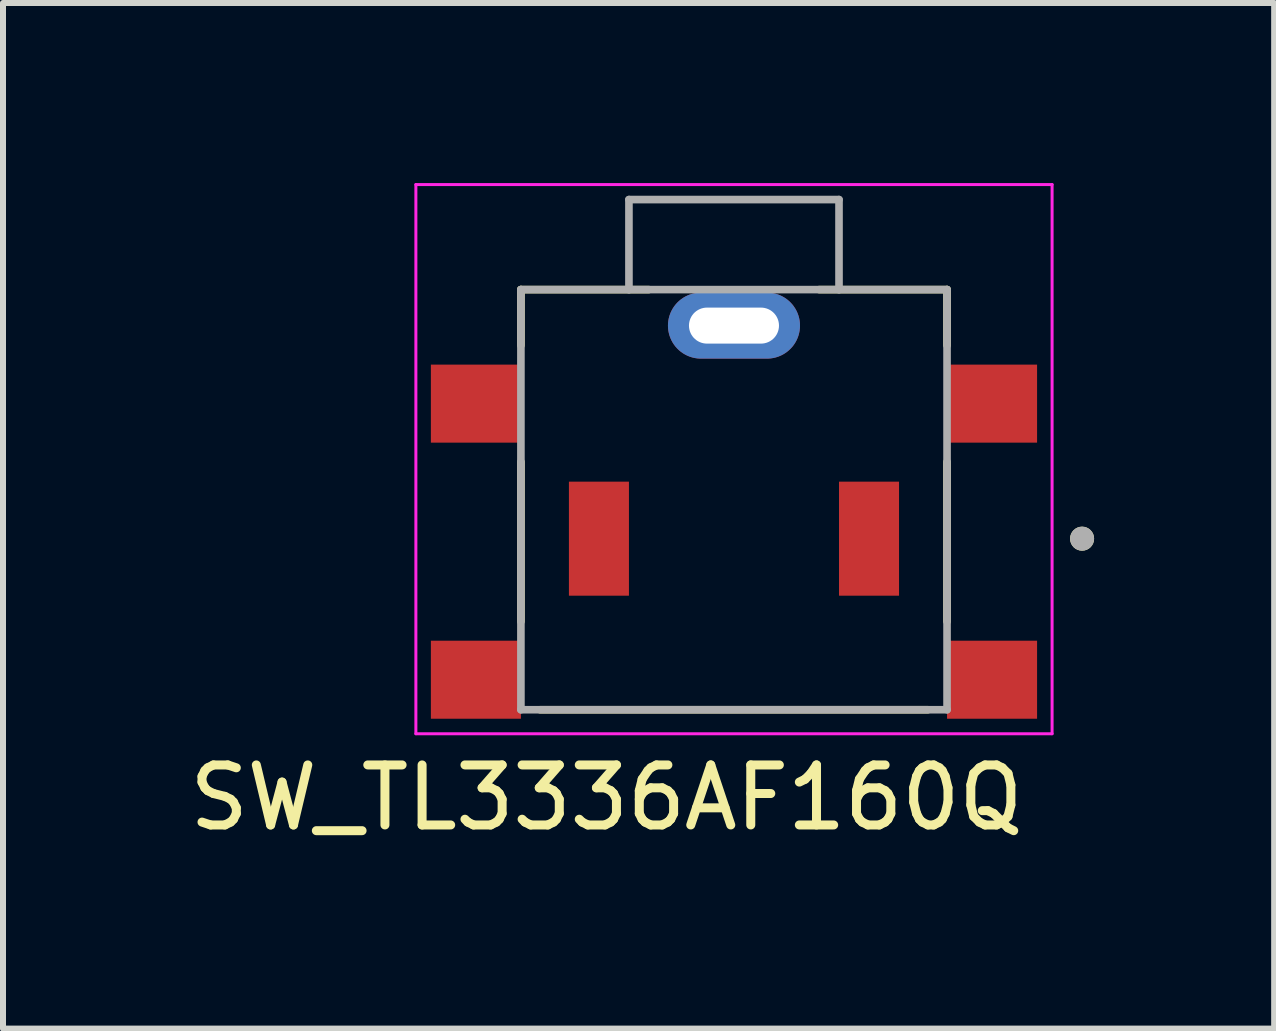
<source format=kicad_pcb>
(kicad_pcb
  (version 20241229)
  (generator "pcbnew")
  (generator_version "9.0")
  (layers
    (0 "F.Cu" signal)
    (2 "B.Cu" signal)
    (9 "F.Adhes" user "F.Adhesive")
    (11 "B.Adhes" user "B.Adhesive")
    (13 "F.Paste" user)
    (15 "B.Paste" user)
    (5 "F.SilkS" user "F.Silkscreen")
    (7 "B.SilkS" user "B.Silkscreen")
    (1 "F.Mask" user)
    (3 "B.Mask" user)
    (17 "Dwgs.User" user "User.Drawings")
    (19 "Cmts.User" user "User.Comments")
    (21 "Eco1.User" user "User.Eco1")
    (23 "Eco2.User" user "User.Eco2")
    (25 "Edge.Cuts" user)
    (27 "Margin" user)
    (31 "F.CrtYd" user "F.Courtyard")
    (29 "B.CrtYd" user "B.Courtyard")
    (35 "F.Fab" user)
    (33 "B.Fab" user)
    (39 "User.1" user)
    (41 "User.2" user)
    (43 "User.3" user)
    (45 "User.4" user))
  (footprint "SW_TL3336AF160Q"
    (layer "F.Cu")
    (at 9.179 2.375)
    (property "Reference" "SW_TL3336AF160Q" (at -2.125 7.865 0) (layer "F.SilkS") (effects (font (size 1 1) (thickness 0.15))))
    (attr smd)
    (fp_line (start -3.55 -0.6) (end -3.55 0.33) (stroke (width 0.127) (type solid)) (layer "F.SilkS"))
    (fp_line (start -3.55 2.27) (end -3.55 4.93) (stroke (width 0.127) (type solid)) (layer "F.SilkS"))
    (fp_line (start -3.23 6.4) (end 3.23 6.4) (stroke (width 0.127) (type solid)) (layer "F.SilkS"))
    (fp_line (start -1.42 -0.6) (end -3.55 -0.6) (stroke (width 0.127) (type solid)) (layer "F.SilkS"))
    (fp_line (start 3.55 -0.6) (end 1.42 -0.6) (stroke (width 0.127) (type solid)) (layer "F.SilkS"))
    (fp_line (start 3.55 0.33) (end 3.55 -0.6) (stroke (width 0.127) (type solid)) (layer "F.SilkS"))
    (fp_line (start 3.55 2.27) (end 3.55 4.93) (stroke (width 0.127) (type solid)) (layer "F.SilkS"))
    (fp_circle (center 5.8 3.55) (end 5.9 3.55) (stroke (width 0.2) (type solid)) (fill no) (layer "F.SilkS"))
    (fp_line (start -5.3 -2.35) (end -5.3 6.8) (stroke (width 0.05) (type solid)) (layer "F.CrtYd"))
    (fp_line (start -5.3 6.8) (end 5.3 6.8) (stroke (width 0.05) (type solid)) (layer "F.CrtYd"))
    (fp_line (start 5.3 -2.35) (end -5.3 -2.35) (stroke (width 0.05) (type solid)) (layer "F.CrtYd"))
    (fp_line (start 5.3 6.8) (end 5.3 -2.35) (stroke (width 0.05) (type solid)) (layer "F.CrtYd"))
    (fp_line (start -3.55 -0.6) (end -3.55 6.4) (stroke (width 0.127) (type solid)) (layer "F.Fab"))
    (fp_line (start -3.55 6.4) (end 3.55 6.4) (stroke (width 0.127) (type solid)) (layer "F.Fab"))
    (fp_line (start -1.75 -2.1) (end 1.75 -2.1) (stroke (width 0.127) (type solid)) (layer "F.Fab"))
    (fp_line (start -1.75 -0.6) (end -3.55 -0.6) (stroke (width 0.127) (type solid)) (layer "F.Fab"))
    (fp_line (start -1.75 -0.6) (end -1.75 -2.1) (stroke (width 0.127) (type solid)) (layer "F.Fab"))
    (fp_line (start 1.75 -2.1) (end 1.75 -0.6) (stroke (width 0.127) (type solid)) (layer "F.Fab"))
    (fp_line (start 1.75 -0.6) (end -1.75 -0.6) (stroke (width 0.127) (type solid)) (layer "F.Fab"))
    (fp_line (start 3.55 -0.6) (end 1.75 -0.6) (stroke (width 0.127) (type solid)) (layer "F.Fab"))
    (fp_line (start 3.55 6.4) (end 3.55 -0.6) (stroke (width 0.127) (type solid)) (layer "F.Fab"))
    (fp_circle (center 5.8 3.55) (end 5.9 3.55) (stroke (width 0.2) (type solid)) (fill no) (layer "F.Fab"))
    (pad "1" smd rect (at 2.25 3.55) (size 1 1.9) (layers "F.Cu" "F.Mask" "F.Paste"))
    (pad "2" smd rect (at -2.25 3.55) (size 1 1.9) (layers "F.Cu" "F.Mask" "F.Paste"))
    (pad "SH1" thru_hole oval (at 0 0) (size 2.2 1.1) (drill oval 1.5 0.6) (layers "*.Cu" "*.Mask"))
    (pad "SH2" smd rect (at -4.3 1.3) (size 1.5 1.3) (layers "F.Cu" "F.Mask" "F.Paste"))
    (pad "SH3" smd rect (at -4.3 5.9) (size 1.5 1.3) (layers "F.Cu" "F.Mask" "F.Paste"))
    (pad "SH4" smd rect (at 4.3 5.9) (size 1.5 1.3) (layers "F.Cu" "F.Mask" "F.Paste"))
    (pad "SH5" smd rect (at 4.3 1.3) (size 1.5 1.3) (layers "F.Cu" "F.Mask" "F.Paste")))
  (gr_rect
    (start -3 -3)
    (end 18.179 14.088)
    (stroke (width 0.1) (type default))
    (fill no)
    (layer "Edge.Cuts")))
</source>
